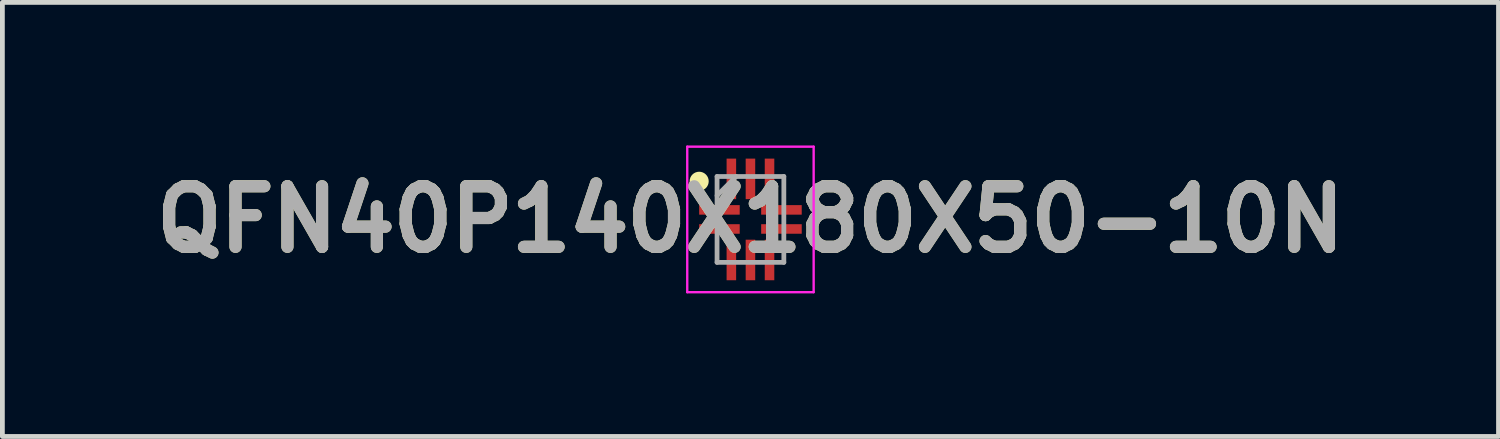
<source format=kicad_pcb>
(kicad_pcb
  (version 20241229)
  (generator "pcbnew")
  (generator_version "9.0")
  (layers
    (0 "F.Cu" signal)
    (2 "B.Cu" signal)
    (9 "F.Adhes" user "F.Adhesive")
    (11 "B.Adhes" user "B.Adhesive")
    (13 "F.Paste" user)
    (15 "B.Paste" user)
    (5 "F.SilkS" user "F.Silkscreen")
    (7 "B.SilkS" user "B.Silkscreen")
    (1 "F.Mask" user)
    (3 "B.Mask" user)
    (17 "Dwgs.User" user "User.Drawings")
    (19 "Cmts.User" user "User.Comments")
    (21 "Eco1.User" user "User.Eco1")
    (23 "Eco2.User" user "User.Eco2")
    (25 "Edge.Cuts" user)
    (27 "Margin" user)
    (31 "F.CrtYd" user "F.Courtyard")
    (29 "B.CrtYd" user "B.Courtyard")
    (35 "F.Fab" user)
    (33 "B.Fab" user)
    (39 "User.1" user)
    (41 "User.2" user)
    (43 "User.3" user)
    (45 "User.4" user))
  (footprint "QFN40P140X180X50-10N"
    (layer "F.Cu")
    (at 12.682 1.55)
    (property "Reference" "QFN40P140X180X50-10N" (at 0 0 0) (layer "F.SilkS") (effects (font (size 1.27 1.27) (thickness 0.254))))
    (attr smd)
    (fp_circle (center -1.075 -0.8) (end -1.075 -0.7) (stroke (width 0.2) (type solid)) (fill no) (layer "F.SilkS"))
    (fp_line (start -1.325 -1.525) (end 1.325 -1.525) (stroke (width 0.05) (type solid)) (layer "F.CrtYd"))
    (fp_line (start -1.325 1.525) (end -1.325 -1.525) (stroke (width 0.05) (type solid)) (layer "F.CrtYd"))
    (fp_line (start 1.325 -1.525) (end 1.325 1.525) (stroke (width 0.05) (type solid)) (layer "F.CrtYd"))
    (fp_line (start 1.325 1.525) (end -1.325 1.525) (stroke (width 0.05) (type solid)) (layer "F.CrtYd"))
    (fp_line (start -0.7 -0.9) (end 0.7 -0.9) (stroke (width 0.1) (type solid)) (layer "F.Fab"))
    (fp_line (start -0.7 -0.5) (end -0.3 -0.9) (stroke (width 0.1) (type solid)) (layer "F.Fab"))
    (fp_line (start -0.7 0.9) (end -0.7 -0.9) (stroke (width 0.1) (type solid)) (layer "F.Fab"))
    (fp_line (start 0.7 -0.9) (end 0.7 0.9) (stroke (width 0.1) (type solid)) (layer "F.Fab"))
    (fp_line (start 0.7 0.9) (end -0.7 0.9) (stroke (width 0.1) (type solid)) (layer "F.Fab"))
    (fp_text user "${REFERENCE}" (at 0 0 0) (layer "F.Fab") (effects (font (size 1.27 1.27) (thickness 0.254))))
    (pad "1" smd rect (at -0.65 -0.2 90) (size 0.2 0.85) (layers "F.Cu" "F.Mask" "F.Paste"))
    (pad "2" smd rect (at -0.65 0.2 90) (size 0.2 0.85) (layers "F.Cu" "F.Mask" "F.Paste"))
    (pad "3" smd rect (at -0.4 0.85) (size 0.2 0.85) (layers "F.Cu" "F.Mask" "F.Paste"))
    (pad "4" smd rect (at 0 0.85) (size 0.2 0.85) (layers "F.Cu" "F.Mask" "F.Paste"))
    (pad "5" smd rect (at 0.4 0.85) (size 0.2 0.85) (layers "F.Cu" "F.Mask" "F.Paste"))
    (pad "6" smd rect (at 0.65 0.2 90) (size 0.2 0.85) (layers "F.Cu" "F.Mask" "F.Paste"))
    (pad "7" smd rect (at 0.65 -0.2 90) (size 0.2 0.85) (layers "F.Cu" "F.Mask" "F.Paste"))
    (pad "8" smd rect (at 0.4 -0.85) (size 0.2 0.85) (layers "F.Cu" "F.Mask" "F.Paste"))
    (pad "9" smd rect (at 0 -0.85) (size 0.2 0.85) (layers "F.Cu" "F.Mask" "F.Paste"))
    (pad "10" smd rect (at -0.4 -0.85) (size 0.2 0.85) (layers "F.Cu" "F.Mask" "F.Paste")))
  (gr_rect
    (start -3 -3)
    (end 28.364 6.1)
    (stroke (width 0.1) (type default))
    (fill no)
    (layer "Edge.Cuts")))
</source>
